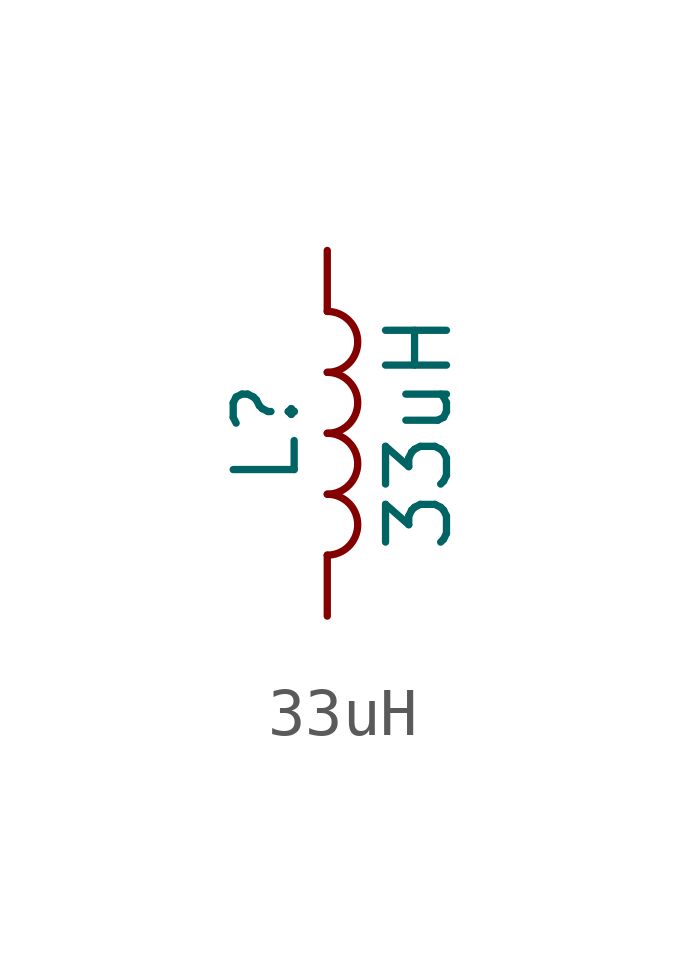
<source format=kicad_sym>
(kicad_symbol_lib
  (version 20220914)
  (generator kicad_symbol_editor)
  (symbol "33uH"
    (pin_numbers hide)
    (pin_names
      (offset 1.016) hide)
    (property "Reference" "L"
      (at -1.27 0 90)
      (effects (font (size 1.27 1.27))))
    (property "Value" "33uH"
      (at 1.905 0 90)
      (effects (font (size 1.27 1.27))))
    (symbol "33uH_0_1"
      (arc (start 0 -2.54) (mid 0.6323 -1.905) (end 0 -1.27) (stroke (width 0) (type default)) (fill (type none)))
      (arc (start 0 -1.27) (mid 0.6323 -0.635) (end 0 0) (stroke (width 0) (type default)) (fill (type none)))
      (arc (start 0 0) (mid 0.6323 0.635) (end 0 1.27) (stroke (width 0) (type default)) (fill (type none)))
      (arc (start 0 1.27) (mid 0.6323 1.905) (end 0 2.54) (stroke (width 0) (type default)) (fill (type none))))
    (symbol "33uH_1_1"
      (pin passive line (at 0 3.81 270) (length 1.27) (name "1" (effects (font (size 1.27 1.27)))) (number "1" (effects (font (size 1.27 1.27)))))
      (pin passive line (at 0 -3.81 90) (length 1.27) (name "2" (effects (font (size 1.27 1.27)))) (number "2" (effects (font (size 1.27 1.27))))))))
</source>
